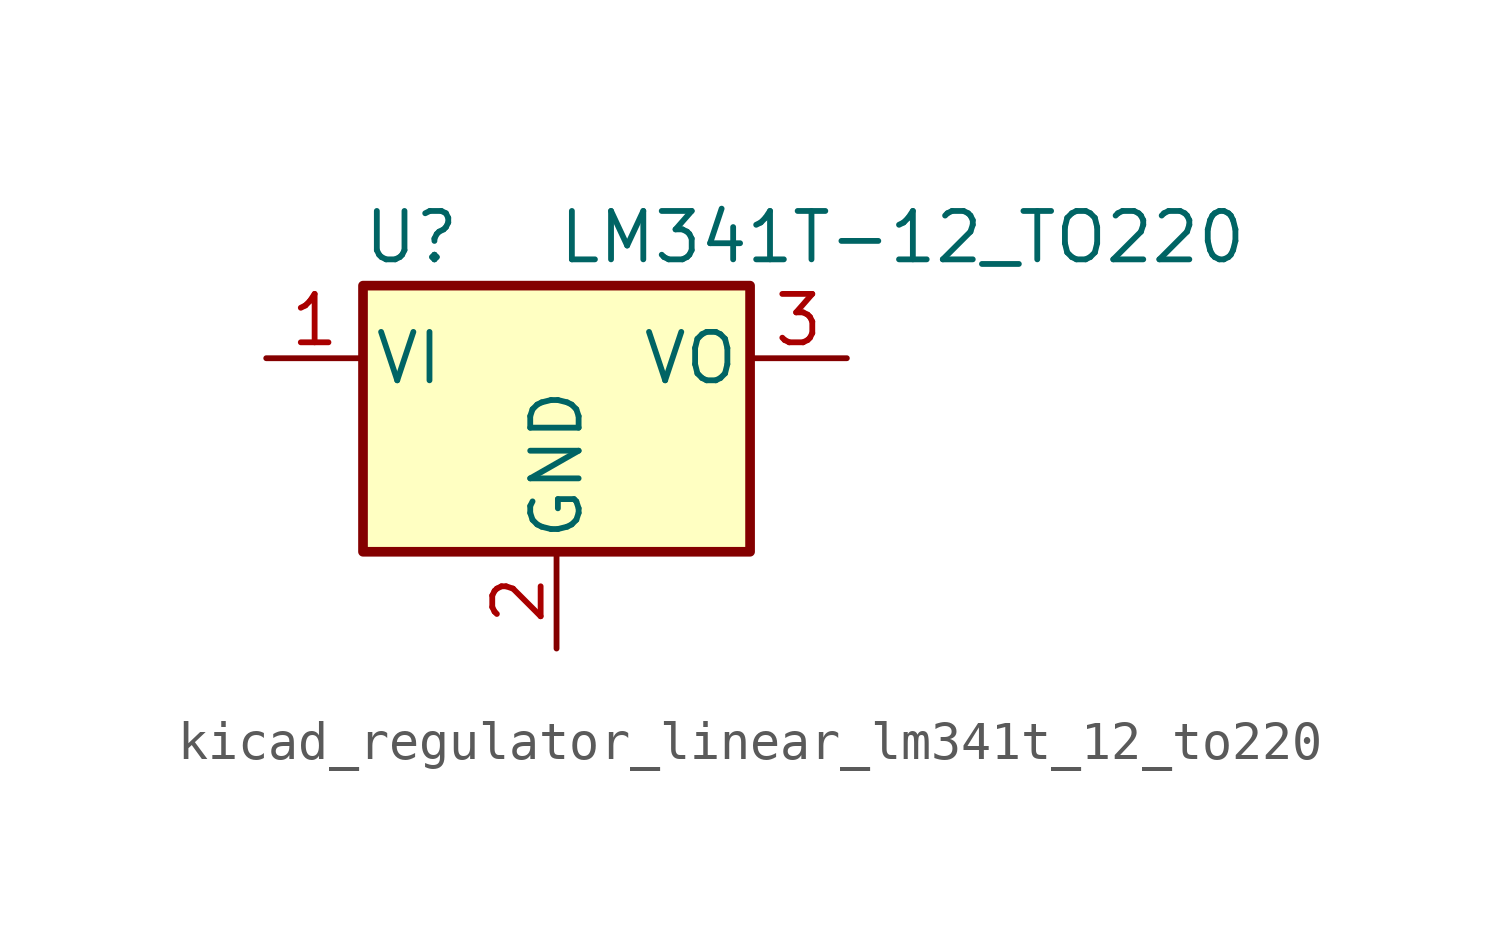
<source format=kicad_sym>
(kicad_symbol_lib
  (version 20220914)
  (generator kicad_symbol_editor)
  (symbol "kicad_regulator_linear_lm341t_12_to220"
    (pin_names
      (offset 0.254))
    (property "Reference" "U"
      (at -3.81 3.175 0)
      (effects (font (size 1.27 1.27))))
    (property "Value" "LM341T-12_TO220"
      (at 0 3.175 0)
      (effects (font (size 1.27 1.27)) (justify left)))
    (symbol "kicad_regulator_linear_lm341t_12_to220_0_1"
      (rectangle (start -5.08 1.905) (end 5.08 -5.08) (stroke (width 0.254) (type default)) (fill (type background))))
    (symbol "kicad_regulator_linear_lm341t_12_to220_1_1"
      (pin power_in line (at -7.62 0 0) (length 2.54) (name "VI" (effects (font (size 1.27 1.27)))) (number "1" (effects (font (size 1.27 1.27)))))
      (pin power_in line (at 0 -7.62 90) (length 2.54) (name "GND" (effects (font (size 1.27 1.27)))) (number "2" (effects (font (size 1.27 1.27)))))
      (pin power_out line (at 7.62 0 180) (length 2.54) (name "VO" (effects (font (size 1.27 1.27)))) (number "3" (effects (font (size 1.27 1.27))))))))
</source>
